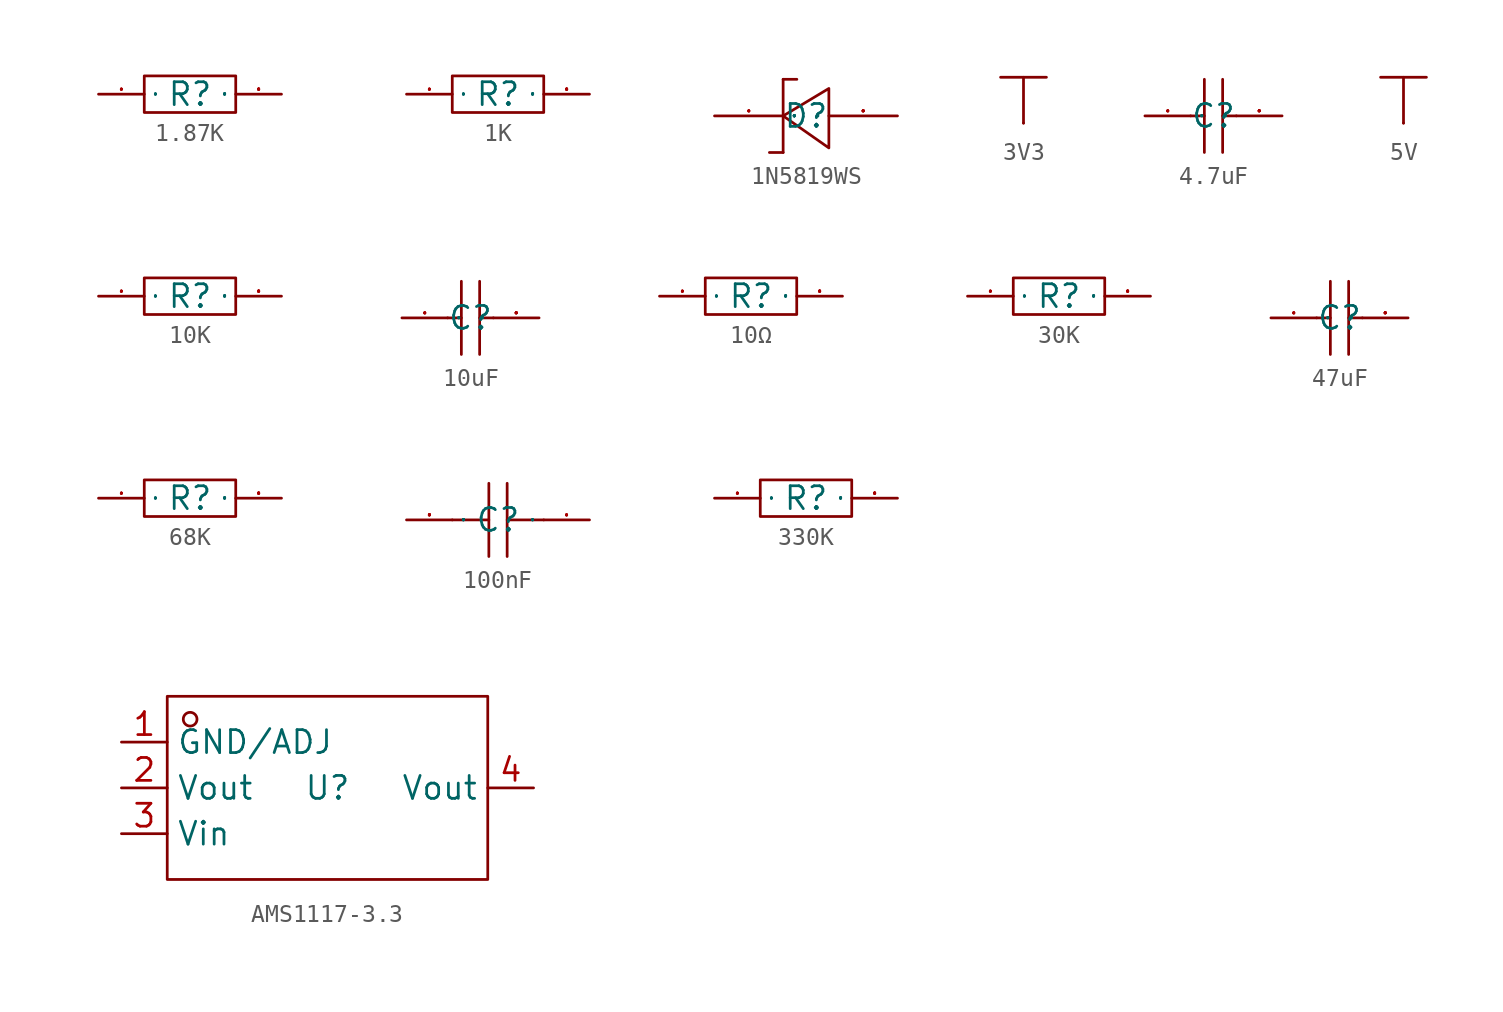
<source format=kicad_sym>
(kicad_symbol_lib
  (version 20231120)
  (generator "kicad_symbol_editor")
  (generator_version "8.0")
  (symbol "1.87K"
    (property "Reference" "R"
      (at 0 0 0)
      (effects (font (size 1.27 1.27))))
    (property "Value" ""
      (at 0 0 0)
      (effects (font (size 1.27 1.27))))
    (symbol "1.87K_1_0"
      (rectangle (start -2.54 -1.016) (end 2.54 1.016) (stroke (width 0) (type default)) (fill (type none)))
      (pin input line (at -5.08 0 0) (length 2.54) (name "1" (effects (font (size 0.025 0.025)))) (number "1" (effects (font (size 0.025 0.025)))))
      (pin input line (at 5.08 0 180) (length 2.54) (name "2" (effects (font (size 0.025 0.025)))) (number "2" (effects (font (size 0.025 0.025)))))))
  (symbol "1K"
    (property "Reference" "R"
      (at 0 0 0)
      (effects (font (size 1.27 1.27))))
    (property "Value" ""
      (at 0 0 0)
      (effects (font (size 1.27 1.27))))
    (symbol "1K_1_0"
      (rectangle (start -2.54 -1.016) (end 2.54 1.016) (stroke (width 0) (type default)) (fill (type none)))
      (pin input line (at -5.08 0 0) (length 2.54) (name "1" (effects (font (size 0.025 0.025)))) (number "1" (effects (font (size 0.025 0.025)))))
      (pin input line (at 5.08 0 180) (length 2.54) (name "2" (effects (font (size 0.025 0.025)))) (number "2" (effects (font (size 0.025 0.025)))))))
  (symbol "1N5819WS"
    (property "Reference" "D"
      (at 0 0 0)
      (effects (font (size 1.27 1.27))))
    (property "Value" ""
      (at 0 0 0)
      (effects (font (size 1.27 1.27))))
    (symbol "1N5819WS_1_0"
      (polyline (pts (xy -1.27 -2.032) (xy -2.032 -2.032)) (stroke (width 0) (type default)) (fill (type none)))
      (polyline (pts (xy -1.27 -2.032) (xy -1.27 2.032)) (stroke (width 0) (type default)) (fill (type none)))
      (polyline (pts (xy -1.27 2.032) (xy -0.508 2.032)) (stroke (width 0) (type default)) (fill (type none)))
      (polyline (pts (xy 1.27 1.524) (xy -1.27 0) (xy -1.27 0) (xy 1.27 -1.778) (xy 1.27 -1.778) (xy 1.27 1.524)) (stroke (width 0) (type default)) (fill (type none)))
      (pin input line (at -5.08 0 0) (length 3.81) (name "C" (effects (font (size 0.025 0.025)))) (number "1" (effects (font (size 0.025 0.025)))))
      (pin input line (at 5.08 0 180) (length 3.81) (name "A" (effects (font (size 0.025 0.025)))) (number "2" (effects (font (size 0.025 0.025)))))))
  (symbol "3V3"
    (power)
    (pin_numbers hide)
    (pin_names hide)
    (property "Reference" "#PWR"
      (at 0 0 0)
      (effects (font (size 1.27 1.27)) (hide yes)))
    (symbol "3V3_1_0"
      (polyline (pts (xy -1.27 2.54) (xy 1.27 2.54)) (stroke (width 0) (type default)) (fill (type none)))
      (polyline (pts (xy 0 2.54) (xy 0 0)) (stroke (width 0) (type default)) (fill (type none)))
      (pin power_in line (at 0 0 0) (length 0) (name "" (effects (font (size 1.27 1.27)))) (number "" (effects (font (size 0.025 0.025)))))))
  (symbol "4.7uF"
    (property "Reference" "C"
      (at 0 0 0)
      (effects (font (size 1.27 1.27))))
    (property "Value" ""
      (at 0 0 0)
      (effects (font (size 1.27 1.27))))
    (symbol "4.7uF_1_0"
      (polyline (pts (xy -1.27 0) (xy -0.508 0)) (stroke (width 0) (type default)) (fill (type none)))
      (polyline (pts (xy -0.508 2.032) (xy -0.508 -2.032)) (stroke (width 0) (type default)) (fill (type none)))
      (polyline (pts (xy 0.508 0) (xy 1.27 0)) (stroke (width 0) (type default)) (fill (type none)))
      (polyline (pts (xy 0.508 2.032) (xy 0.508 -2.032)) (stroke (width 0) (type default)) (fill (type none)))
      (pin input line (at -3.81 0 0) (length 2.54) (name "1" (effects (font (size 0.025 0.025)))) (number "1" (effects (font (size 0.025 0.025)))))
      (pin input line (at 3.81 0 180) (length 2.54) (name "2" (effects (font (size 0.025 0.025)))) (number "2" (effects (font (size 0.025 0.025)))))))
  (symbol "5V"
    (power)
    (pin_numbers hide)
    (pin_names hide)
    (property "Reference" "#PWR"
      (at 0 0 0)
      (effects (font (size 1.27 1.27)) (hide yes)))
    (symbol "5V_1_0"
      (polyline (pts (xy -1.27 2.54) (xy 1.27 2.54)) (stroke (width 0) (type default)) (fill (type none)))
      (polyline (pts (xy 0 2.54) (xy 0 0)) (stroke (width 0) (type default)) (fill (type none)))
      (pin power_in line (at 0 0 0) (length 0) (name "" (effects (font (size 1.27 1.27)))) (number "" (effects (font (size 0.025 0.025)))))))
  (symbol "10K"
    (property "Reference" "R"
      (at 0 0 0)
      (effects (font (size 1.27 1.27))))
    (property "Value" ""
      (at 0 0 0)
      (effects (font (size 1.27 1.27))))
    (symbol "10K_1_0"
      (rectangle (start -2.54 -1.016) (end 2.54 1.016) (stroke (width 0) (type default)) (fill (type none)))
      (pin input line (at -5.08 0 0) (length 2.54) (name "1" (effects (font (size 0.025 0.025)))) (number "1" (effects (font (size 0.025 0.025)))))
      (pin input line (at 5.08 0 180) (length 2.54) (name "2" (effects (font (size 0.025 0.025)))) (number "2" (effects (font (size 0.025 0.025)))))))
  (symbol "10uF"
    (property "Reference" "C"
      (at 0 0 0)
      (effects (font (size 1.27 1.27))))
    (property "Value" ""
      (at 0 0 0)
      (effects (font (size 1.27 1.27))))
    (symbol "10uF_1_0"
      (polyline (pts (xy -1.27 0) (xy -0.508 0)) (stroke (width 0) (type default)) (fill (type none)))
      (polyline (pts (xy -0.508 2.032) (xy -0.508 -2.032)) (stroke (width 0) (type default)) (fill (type none)))
      (polyline (pts (xy 0.508 0) (xy 1.27 0)) (stroke (width 0) (type default)) (fill (type none)))
      (polyline (pts (xy 0.508 2.032) (xy 0.508 -2.032)) (stroke (width 0) (type default)) (fill (type none)))
      (pin input line (at -3.81 0 0) (length 2.54) (name "1" (effects (font (size 0.025 0.025)))) (number "1" (effects (font (size 0.025 0.025)))))
      (pin input line (at 3.81 0 180) (length 2.54) (name "2" (effects (font (size 0.025 0.025)))) (number "2" (effects (font (size 0.025 0.025)))))))
  (symbol "10Ω"
    (property "Reference" "R"
      (at 0 0 0)
      (effects (font (size 1.27 1.27))))
    (property "Value" ""
      (at 0 0 0)
      (effects (font (size 1.27 1.27))))
    (symbol "10Ω_1_0"
      (rectangle (start -2.54 -1.016) (end 2.54 1.016) (stroke (width 0) (type default)) (fill (type none)))
      (pin input line (at -5.08 0 0) (length 2.54) (name "1" (effects (font (size 0.025 0.025)))) (number "1" (effects (font (size 0.025 0.025)))))
      (pin input line (at 5.08 0 180) (length 2.54) (name "2" (effects (font (size 0.025 0.025)))) (number "2" (effects (font (size 0.025 0.025)))))))
  (symbol "30K"
    (property "Reference" "R"
      (at 0 0 0)
      (effects (font (size 1.27 1.27))))
    (property "Value" ""
      (at 0 0 0)
      (effects (font (size 1.27 1.27))))
    (symbol "30K_1_0"
      (rectangle (start -2.54 -1.016) (end 2.54 1.016) (stroke (width 0) (type default)) (fill (type none)))
      (pin input line (at -5.08 0 0) (length 2.54) (name "1" (effects (font (size 0.025 0.025)))) (number "1" (effects (font (size 0.025 0.025)))))
      (pin input line (at 5.08 0 180) (length 2.54) (name "2" (effects (font (size 0.025 0.025)))) (number "2" (effects (font (size 0.025 0.025)))))))
  (symbol "47uF"
    (property "Reference" "C"
      (at 0 0 0)
      (effects (font (size 1.27 1.27))))
    (property "Value" ""
      (at 0 0 0)
      (effects (font (size 1.27 1.27))))
    (symbol "47uF_1_0"
      (polyline (pts (xy -1.27 0) (xy -0.508 0)) (stroke (width 0) (type default)) (fill (type none)))
      (polyline (pts (xy -0.508 2.032) (xy -0.508 -2.032)) (stroke (width 0) (type default)) (fill (type none)))
      (polyline (pts (xy 0.508 0) (xy 1.27 0)) (stroke (width 0) (type default)) (fill (type none)))
      (polyline (pts (xy 0.508 2.032) (xy 0.508 -2.032)) (stroke (width 0) (type default)) (fill (type none)))
      (pin input line (at -3.81 0 0) (length 2.54) (name "1" (effects (font (size 0.025 0.025)))) (number "1" (effects (font (size 0.025 0.025)))))
      (pin input line (at 3.81 0 180) (length 2.54) (name "2" (effects (font (size 0.025 0.025)))) (number "2" (effects (font (size 0.025 0.025)))))))
  (symbol "68K"
    (property "Reference" "R"
      (at 0 0 0)
      (effects (font (size 1.27 1.27))))
    (property "Value" ""
      (at 0 0 0)
      (effects (font (size 1.27 1.27))))
    (symbol "68K_1_0"
      (rectangle (start -2.54 -1.016) (end 2.54 1.016) (stroke (width 0) (type default)) (fill (type none)))
      (pin input line (at -5.08 0 0) (length 2.54) (name "1" (effects (font (size 0.025 0.025)))) (number "1" (effects (font (size 0.025 0.025)))))
      (pin input line (at 5.08 0 180) (length 2.54) (name "2" (effects (font (size 0.025 0.025)))) (number "2" (effects (font (size 0.025 0.025)))))))
  (symbol "100nF"
    (property "Reference" "C"
      (at 0 0 0)
      (effects (font (size 1.27 1.27))))
    (property "Value" ""
      (at 0 0 0)
      (effects (font (size 1.27 1.27))))
    (symbol "100nF_1_0"
      (polyline (pts (xy -2.54 0) (xy -0.508 0)) (stroke (width 0) (type default)) (fill (type none)))
      (polyline (pts (xy -0.508 2.032) (xy -0.508 -2.032)) (stroke (width 0) (type default)) (fill (type none)))
      (polyline (pts (xy 0.508 -2.032) (xy 0.508 2.032)) (stroke (width 0) (type default)) (fill (type none)))
      (polyline (pts (xy 0.508 0) (xy 2.54 0)) (stroke (width 0) (type default)) (fill (type none)))
      (pin input line (at 5.08 0 180) (length 2.54) (name "1" (effects (font (size 0.025 0.025)))) (number "1" (effects (font (size 0.025 0.025)))))
      (pin input line (at -5.08 0 0) (length 2.54) (name "2" (effects (font (size 0.025 0.025)))) (number "2" (effects (font (size 0.025 0.025)))))))
  (symbol "330K"
    (property "Reference" "R"
      (at 0 0 0)
      (effects (font (size 1.27 1.27))))
    (property "Value" ""
      (at 0 0 0)
      (effects (font (size 1.27 1.27))))
    (symbol "330K_1_0"
      (rectangle (start -2.54 -1.016) (end 2.54 1.016) (stroke (width 0) (type default)) (fill (type none)))
      (pin input line (at -5.08 0 0) (length 2.54) (name "1" (effects (font (size 0.025 0.025)))) (number "1" (effects (font (size 0.025 0.025)))))
      (pin input line (at 5.08 0 180) (length 2.54) (name "2" (effects (font (size 0.025 0.025)))) (number "2" (effects (font (size 0.025 0.025)))))))
  (symbol "AMS1117-3.3"
    (property "Reference" "U"
      (at 0 0 0)
      (effects (font (size 1.27 1.27))))
    (property "Value" ""
      (at 0 0 0)
      (effects (font (size 1.27 1.27))))
    (symbol "AMS1117-3.3_1_0"
      (rectangle (start -8.89 -5.08) (end 8.89 5.08) (stroke (width 0) (type default)) (fill (type none)))
      (circle (center -7.62 3.81) (radius 0.381) (stroke (width 0) (type default)) (fill (type none)))
      (pin input line (at -11.43 2.54 0) (length 2.54) (name "GND/ADJ" (effects (font (size 1.27 1.27)))) (number "1" (effects (font (size 1.27 1.27)))))
      (pin input line (at -11.43 0 0) (length 2.54) (name "Vout" (effects (font (size 1.27 1.27)))) (number "2" (effects (font (size 1.27 1.27)))))
      (pin input line (at -11.43 -2.54 0) (length 2.54) (name "Vin" (effects (font (size 1.27 1.27)))) (number "3" (effects (font (size 1.27 1.27)))))
      (pin input line (at 11.43 0 180) (length 2.54) (name "Vout" (effects (font (size 1.27 1.27)))) (number "4" (effects (font (size 1.27 1.27))))))))
</source>
